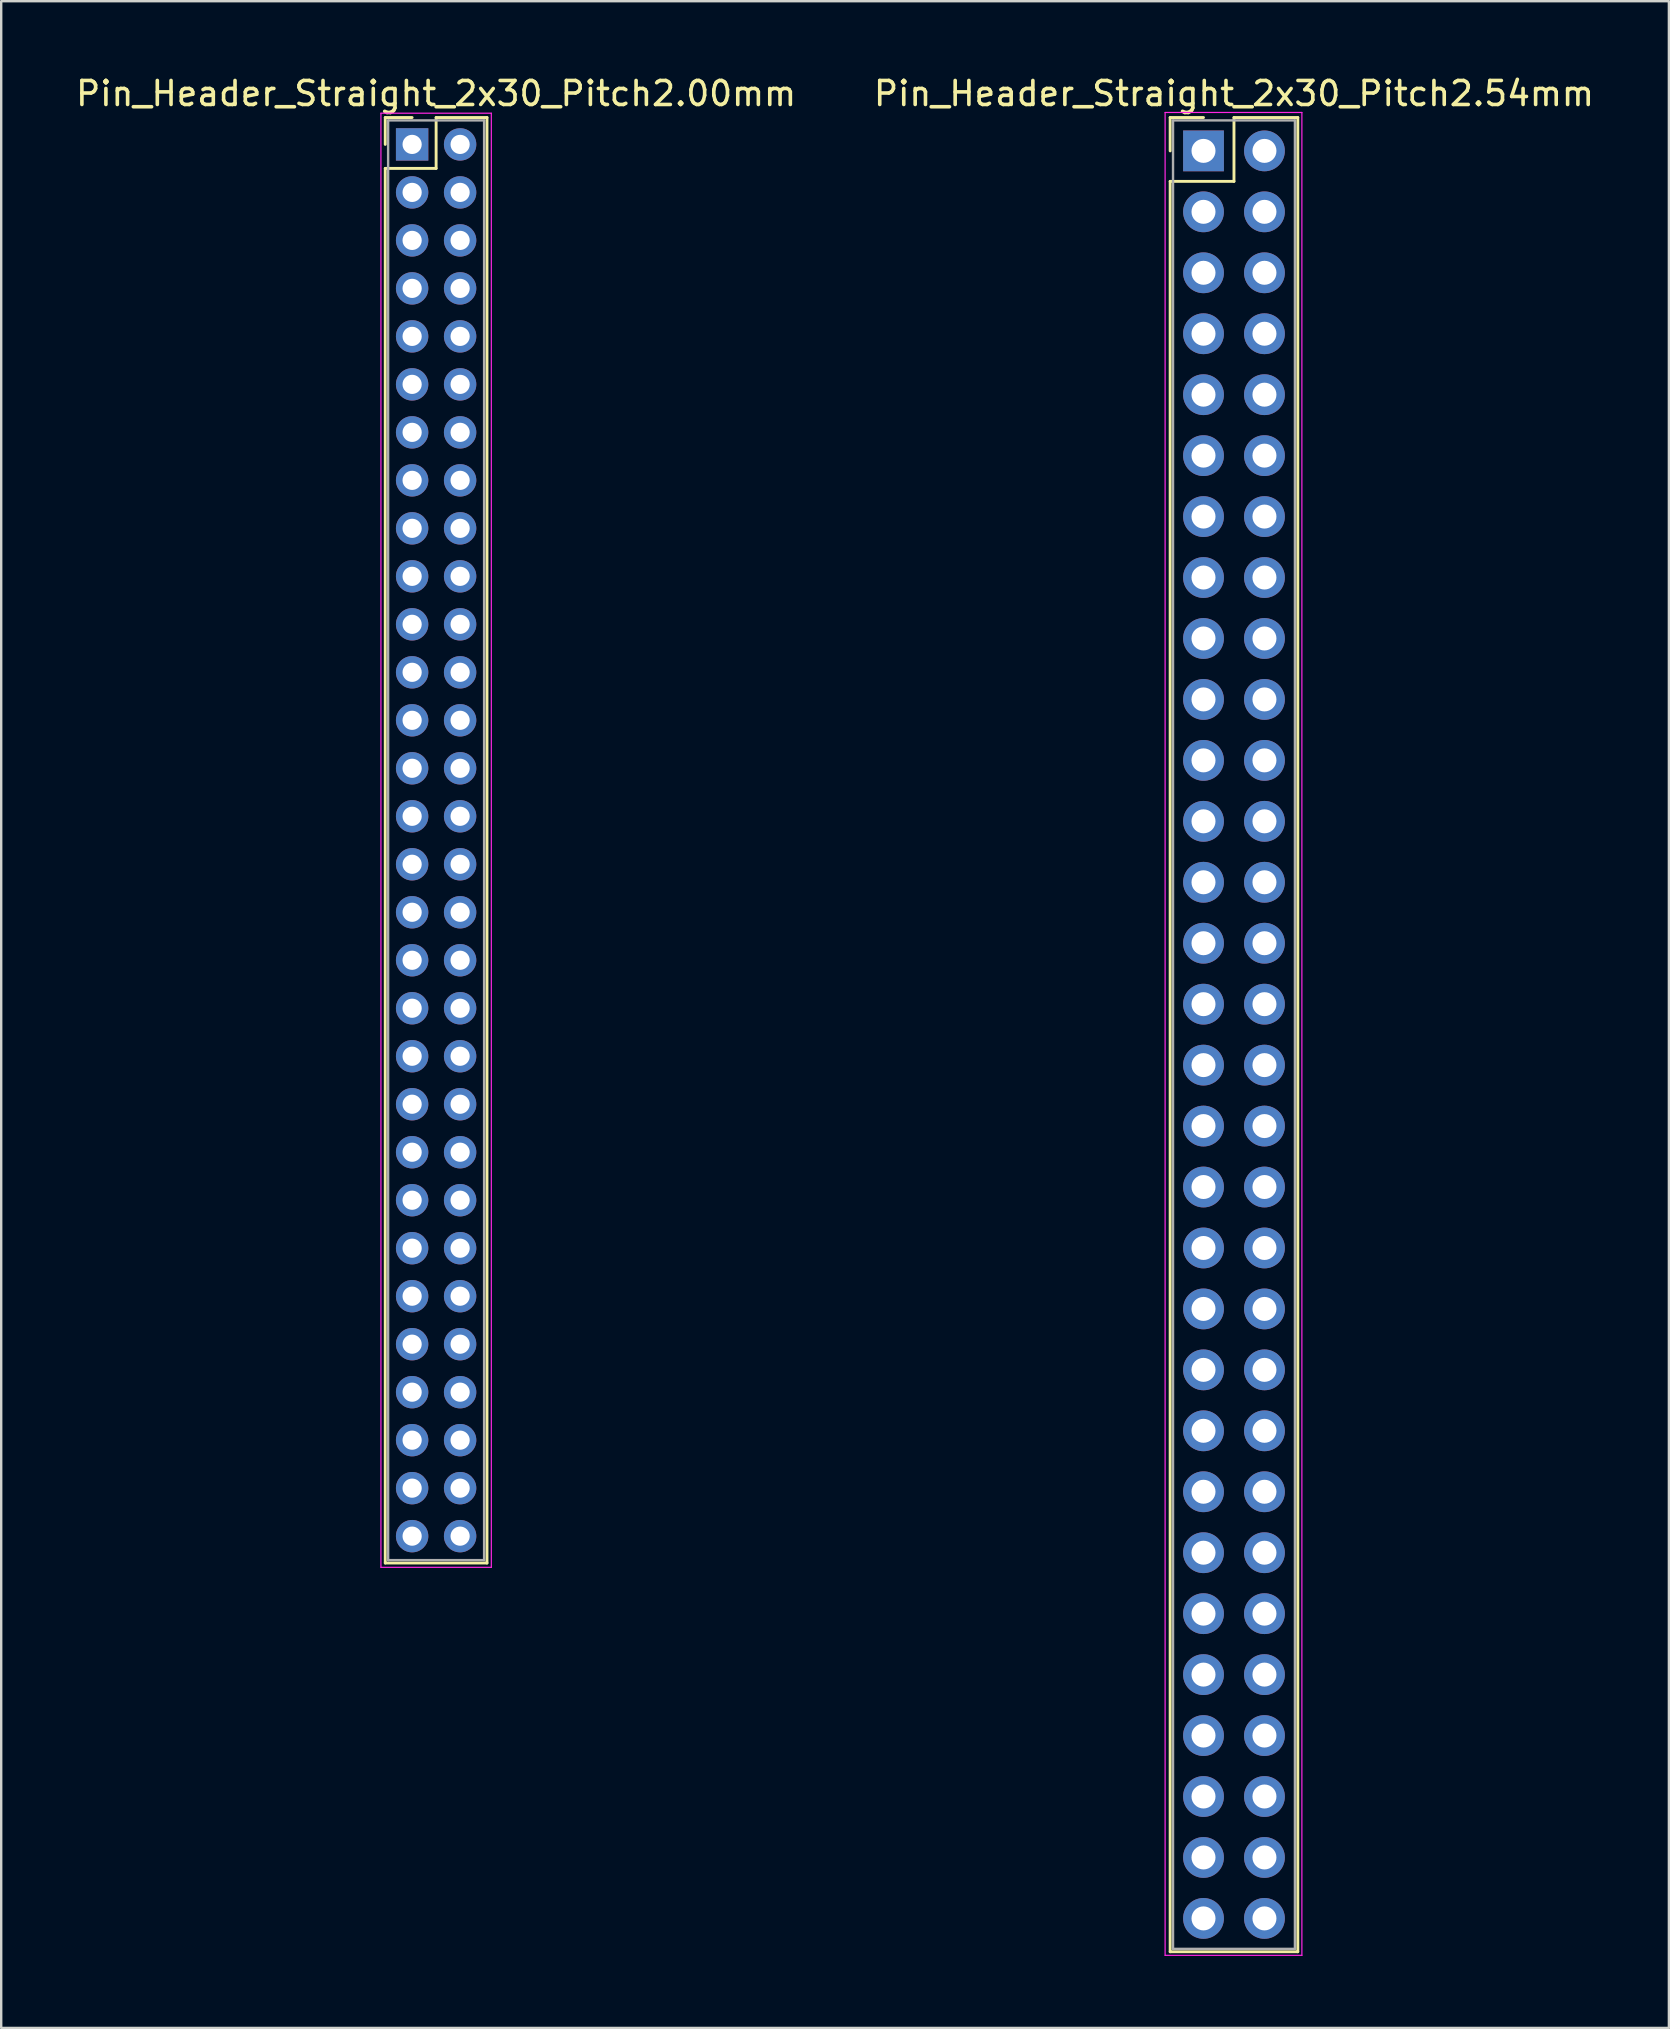
<source format=kicad_pcb>
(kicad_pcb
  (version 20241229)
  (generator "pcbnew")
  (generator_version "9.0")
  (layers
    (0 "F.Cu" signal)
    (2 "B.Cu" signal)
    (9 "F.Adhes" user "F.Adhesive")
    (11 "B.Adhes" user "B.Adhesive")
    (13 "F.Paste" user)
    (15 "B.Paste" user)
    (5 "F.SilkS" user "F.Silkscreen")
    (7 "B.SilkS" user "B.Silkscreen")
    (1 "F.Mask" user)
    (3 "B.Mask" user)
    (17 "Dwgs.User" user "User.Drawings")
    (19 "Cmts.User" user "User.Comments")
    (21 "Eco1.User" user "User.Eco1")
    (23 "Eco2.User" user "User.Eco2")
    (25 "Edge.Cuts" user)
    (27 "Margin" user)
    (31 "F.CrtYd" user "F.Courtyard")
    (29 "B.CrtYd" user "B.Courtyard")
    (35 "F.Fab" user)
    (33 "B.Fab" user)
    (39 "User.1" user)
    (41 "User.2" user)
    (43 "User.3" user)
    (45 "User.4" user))
  (footprint "Pin_Header_Straight_2x30_Pitch2.54mm"
    (layer "F.Cu")
    (at 47.105 3.238)
    (property "Reference" "Pin_Header_Straight_2x30_Pitch2.54mm" (at 1.27 -2.39 0) (layer "F.SilkS") (effects (font (size 1 1) (thickness 0.15))))
    (attr through_hole)
    (fp_line (start -1.39 -1.39) (end 0 -1.39) (stroke (width 0.12) (type solid)) (layer "F.SilkS"))
    (fp_line (start -1.39 0) (end -1.39 -1.39) (stroke (width 0.12) (type solid)) (layer "F.SilkS"))
    (fp_line (start -1.39 1.27) (end -1.39 75.05) (stroke (width 0.12) (type solid)) (layer "F.SilkS"))
    (fp_line (start -1.39 75.05) (end 3.93 75.05) (stroke (width 0.12) (type solid)) (layer "F.SilkS"))
    (fp_line (start 1.27 -1.39) (end 1.27 1.27) (stroke (width 0.12) (type solid)) (layer "F.SilkS"))
    (fp_line (start 1.27 1.27) (end -1.39 1.27) (stroke (width 0.12) (type solid)) (layer "F.SilkS"))
    (fp_line (start 3.93 -1.39) (end 1.27 -1.39) (stroke (width 0.12) (type solid)) (layer "F.SilkS"))
    (fp_line (start 3.93 75.05) (end 3.93 -1.39) (stroke (width 0.12) (type solid)) (layer "F.SilkS"))
    (fp_line (start -1.6 -1.6) (end -1.6 75.2) (stroke (width 0.05) (type solid)) (layer "F.CrtYd"))
    (fp_line (start -1.6 75.2) (end 4.1 75.2) (stroke (width 0.05) (type solid)) (layer "F.CrtYd"))
    (fp_line (start 4.1 -1.6) (end -1.6 -1.6) (stroke (width 0.05) (type solid)) (layer "F.CrtYd"))
    (fp_line (start 4.1 75.2) (end 4.1 -1.6) (stroke (width 0.05) (type solid)) (layer "F.CrtYd"))
    (fp_line (start -1.27 -1.27) (end -1.27 74.93) (stroke (width 0.1) (type solid)) (layer "F.Fab"))
    (fp_line (start -1.27 74.93) (end 3.81 74.93) (stroke (width 0.1) (type solid)) (layer "F.Fab"))
    (fp_line (start 3.81 -1.27) (end -1.27 -1.27) (stroke (width 0.1) (type solid)) (layer "F.Fab"))
    (fp_line (start 3.81 74.93) (end 3.81 -1.27) (stroke (width 0.1) (type solid)) (layer "F.Fab"))
    (pad "1" thru_hole rect (at 0 0) (size 1.7 1.7) (drill 1) (layers "*.Cu" "*.Mask"))
    (pad "2" thru_hole oval (at 2.54 0) (size 1.7 1.7) (drill 1) (layers "*.Cu" "*.Mask"))
    (pad "3" thru_hole oval (at 0 2.54) (size 1.7 1.7) (drill 1) (layers "*.Cu" "*.Mask"))
    (pad "4" thru_hole oval (at 2.54 2.54) (size 1.7 1.7) (drill 1) (layers "*.Cu" "*.Mask"))
    (pad "5" thru_hole oval (at 0 5.08) (size 1.7 1.7) (drill 1) (layers "*.Cu" "*.Mask"))
    (pad "6" thru_hole oval (at 2.54 5.08) (size 1.7 1.7) (drill 1) (layers "*.Cu" "*.Mask"))
    (pad "7" thru_hole oval (at 0 7.62) (size 1.7 1.7) (drill 1) (layers "*.Cu" "*.Mask"))
    (pad "8" thru_hole oval (at 2.54 7.62) (size 1.7 1.7) (drill 1) (layers "*.Cu" "*.Mask"))
    (pad "9" thru_hole oval (at 0 10.16) (size 1.7 1.7) (drill 1) (layers "*.Cu" "*.Mask"))
    (pad "10" thru_hole oval (at 2.54 10.16) (size 1.7 1.7) (drill 1) (layers "*.Cu" "*.Mask"))
    (pad "11" thru_hole oval (at 0 12.7) (size 1.7 1.7) (drill 1) (layers "*.Cu" "*.Mask"))
    (pad "12" thru_hole oval (at 2.54 12.7) (size 1.7 1.7) (drill 1) (layers "*.Cu" "*.Mask"))
    (pad "13" thru_hole oval (at 0 15.24) (size 1.7 1.7) (drill 1) (layers "*.Cu" "*.Mask"))
    (pad "14" thru_hole oval (at 2.54 15.24) (size 1.7 1.7) (drill 1) (layers "*.Cu" "*.Mask"))
    (pad "15" thru_hole oval (at 0 17.78) (size 1.7 1.7) (drill 1) (layers "*.Cu" "*.Mask"))
    (pad "16" thru_hole oval (at 2.54 17.78) (size 1.7 1.7) (drill 1) (layers "*.Cu" "*.Mask"))
    (pad "17" thru_hole oval (at 0 20.32) (size 1.7 1.7) (drill 1) (layers "*.Cu" "*.Mask"))
    (pad "18" thru_hole oval (at 2.54 20.32) (size 1.7 1.7) (drill 1) (layers "*.Cu" "*.Mask"))
    (pad "19" thru_hole oval (at 0 22.86) (size 1.7 1.7) (drill 1) (layers "*.Cu" "*.Mask"))
    (pad "20" thru_hole oval (at 2.54 22.86) (size 1.7 1.7) (drill 1) (layers "*.Cu" "*.Mask"))
    (pad "21" thru_hole oval (at 0 25.4) (size 1.7 1.7) (drill 1) (layers "*.Cu" "*.Mask"))
    (pad "22" thru_hole oval (at 2.54 25.4) (size 1.7 1.7) (drill 1) (layers "*.Cu" "*.Mask"))
    (pad "23" thru_hole oval (at 0 27.94) (size 1.7 1.7) (drill 1) (layers "*.Cu" "*.Mask"))
    (pad "24" thru_hole oval (at 2.54 27.94) (size 1.7 1.7) (drill 1) (layers "*.Cu" "*.Mask"))
    (pad "25" thru_hole oval (at 0 30.48) (size 1.7 1.7) (drill 1) (layers "*.Cu" "*.Mask"))
    (pad "26" thru_hole oval (at 2.54 30.48) (size 1.7 1.7) (drill 1) (layers "*.Cu" "*.Mask"))
    (pad "27" thru_hole oval (at 0 33.02) (size 1.7 1.7) (drill 1) (layers "*.Cu" "*.Mask"))
    (pad "28" thru_hole oval (at 2.54 33.02) (size 1.7 1.7) (drill 1) (layers "*.Cu" "*.Mask"))
    (pad "29" thru_hole oval (at 0 35.56) (size 1.7 1.7) (drill 1) (layers "*.Cu" "*.Mask"))
    (pad "30" thru_hole oval (at 2.54 35.56) (size 1.7 1.7) (drill 1) (layers "*.Cu" "*.Mask"))
    (pad "31" thru_hole oval (at 0 38.1) (size 1.7 1.7) (drill 1) (layers "*.Cu" "*.Mask"))
    (pad "32" thru_hole oval (at 2.54 38.1) (size 1.7 1.7) (drill 1) (layers "*.Cu" "*.Mask"))
    (pad "33" thru_hole oval (at 0 40.64) (size 1.7 1.7) (drill 1) (layers "*.Cu" "*.Mask"))
    (pad "34" thru_hole oval (at 2.54 40.64) (size 1.7 1.7) (drill 1) (layers "*.Cu" "*.Mask"))
    (pad "35" thru_hole oval (at 0 43.18) (size 1.7 1.7) (drill 1) (layers "*.Cu" "*.Mask"))
    (pad "36" thru_hole oval (at 2.54 43.18) (size 1.7 1.7) (drill 1) (layers "*.Cu" "*.Mask"))
    (pad "37" thru_hole oval (at 0 45.72) (size 1.7 1.7) (drill 1) (layers "*.Cu" "*.Mask"))
    (pad "38" thru_hole oval (at 2.54 45.72) (size 1.7 1.7) (drill 1) (layers "*.Cu" "*.Mask"))
    (pad "39" thru_hole oval (at 0 48.26) (size 1.7 1.7) (drill 1) (layers "*.Cu" "*.Mask"))
    (pad "40" thru_hole oval (at 2.54 48.26) (size 1.7 1.7) (drill 1) (layers "*.Cu" "*.Mask"))
    (pad "41" thru_hole oval (at 0 50.8) (size 1.7 1.7) (drill 1) (layers "*.Cu" "*.Mask"))
    (pad "42" thru_hole oval (at 2.54 50.8) (size 1.7 1.7) (drill 1) (layers "*.Cu" "*.Mask"))
    (pad "43" thru_hole oval (at 0 53.34) (size 1.7 1.7) (drill 1) (layers "*.Cu" "*.Mask"))
    (pad "44" thru_hole oval (at 2.54 53.34) (size 1.7 1.7) (drill 1) (layers "*.Cu" "*.Mask"))
    (pad "45" thru_hole oval (at 0 55.88) (size 1.7 1.7) (drill 1) (layers "*.Cu" "*.Mask"))
    (pad "46" thru_hole oval (at 2.54 55.88) (size 1.7 1.7) (drill 1) (layers "*.Cu" "*.Mask"))
    (pad "47" thru_hole oval (at 0 58.42) (size 1.7 1.7) (drill 1) (layers "*.Cu" "*.Mask"))
    (pad "48" thru_hole oval (at 2.54 58.42) (size 1.7 1.7) (drill 1) (layers "*.Cu" "*.Mask"))
    (pad "49" thru_hole oval (at 0 60.96) (size 1.7 1.7) (drill 1) (layers "*.Cu" "*.Mask"))
    (pad "50" thru_hole oval (at 2.54 60.96) (size 1.7 1.7) (drill 1) (layers "*.Cu" "*.Mask"))
    (pad "51" thru_hole oval (at 0 63.5) (size 1.7 1.7) (drill 1) (layers "*.Cu" "*.Mask"))
    (pad "52" thru_hole oval (at 2.54 63.5) (size 1.7 1.7) (drill 1) (layers "*.Cu" "*.Mask"))
    (pad "53" thru_hole oval (at 0 66.04) (size 1.7 1.7) (drill 1) (layers "*.Cu" "*.Mask"))
    (pad "54" thru_hole oval (at 2.54 66.04) (size 1.7 1.7) (drill 1) (layers "*.Cu" "*.Mask"))
    (pad "55" thru_hole oval (at 0 68.58) (size 1.7 1.7) (drill 1) (layers "*.Cu" "*.Mask"))
    (pad "56" thru_hole oval (at 2.54 68.58) (size 1.7 1.7) (drill 1) (layers "*.Cu" "*.Mask"))
    (pad "57" thru_hole oval (at 0 71.12) (size 1.7 1.7) (drill 1) (layers "*.Cu" "*.Mask"))
    (pad "58" thru_hole oval (at 2.54 71.12) (size 1.7 1.7) (drill 1) (layers "*.Cu" "*.Mask"))
    (pad "59" thru_hole oval (at 0 73.66) (size 1.7 1.7) (drill 1) (layers "*.Cu" "*.Mask"))
    (pad "60" thru_hole oval (at 2.54 73.66) (size 1.7 1.7) (drill 1) (layers "*.Cu" "*.Mask")))
  (footprint "Pin_Header_Straight_2x30_Pitch2.00mm"
    (layer "F.Cu")
    (at 14.125 2.968)
    (property "Reference" "Pin_Header_Straight_2x30_Pitch2.00mm" (at 1 -2.12 0) (layer "F.SilkS") (effects (font (size 1 1) (thickness 0.15))))
    (attr through_hole)
    (fp_line (start -1.12 -1.12) (end 0 -1.12) (stroke (width 0.12) (type solid)) (layer "F.SilkS"))
    (fp_line (start -1.12 0) (end -1.12 -1.12) (stroke (width 0.12) (type solid)) (layer "F.SilkS"))
    (fp_line (start -1.12 1) (end -1.12 59.12) (stroke (width 0.12) (type solid)) (layer "F.SilkS"))
    (fp_line (start -1.12 59.12) (end 3.12 59.12) (stroke (width 0.12) (type solid)) (layer "F.SilkS"))
    (fp_line (start 1 -1.12) (end 1 1) (stroke (width 0.12) (type solid)) (layer "F.SilkS"))
    (fp_line (start 1 1) (end -1.12 1) (stroke (width 0.12) (type solid)) (layer "F.SilkS"))
    (fp_line (start 3.12 -1.12) (end 1 -1.12) (stroke (width 0.12) (type solid)) (layer "F.SilkS"))
    (fp_line (start 3.12 59.12) (end 3.12 -1.12) (stroke (width 0.12) (type solid)) (layer "F.SilkS"))
    (fp_line (start -1.3 -1.3) (end -1.3 59.3) (stroke (width 0.05) (type solid)) (layer "F.CrtYd"))
    (fp_line (start -1.3 59.3) (end 3.3 59.3) (stroke (width 0.05) (type solid)) (layer "F.CrtYd"))
    (fp_line (start 3.3 -1.3) (end -1.3 -1.3) (stroke (width 0.05) (type solid)) (layer "F.CrtYd"))
    (fp_line (start 3.3 59.3) (end 3.3 -1.3) (stroke (width 0.05) (type solid)) (layer "F.CrtYd"))
    (fp_line (start -1 -1) (end -1 59) (stroke (width 0.1) (type solid)) (layer "F.Fab"))
    (fp_line (start -1 59) (end 3 59) (stroke (width 0.1) (type solid)) (layer "F.Fab"))
    (fp_line (start 3 -1) (end -1 -1) (stroke (width 0.1) (type solid)) (layer "F.Fab"))
    (fp_line (start 3 59) (end 3 -1) (stroke (width 0.1) (type solid)) (layer "F.Fab"))
    (pad "1" thru_hole rect (at 0 0) (size 1.35 1.35) (drill 0.8) (layers "*.Cu" "*.Mask"))
    (pad "2" thru_hole oval (at 2 0) (size 1.35 1.35) (drill 0.8) (layers "*.Cu" "*.Mask"))
    (pad "3" thru_hole oval (at 0 2) (size 1.35 1.35) (drill 0.8) (layers "*.Cu" "*.Mask"))
    (pad "4" thru_hole oval (at 2 2) (size 1.35 1.35) (drill 0.8) (layers "*.Cu" "*.Mask"))
    (pad "5" thru_hole oval (at 0 4) (size 1.35 1.35) (drill 0.8) (layers "*.Cu" "*.Mask"))
    (pad "6" thru_hole oval (at 2 4) (size 1.35 1.35) (drill 0.8) (layers "*.Cu" "*.Mask"))
    (pad "7" thru_hole oval (at 0 6) (size 1.35 1.35) (drill 0.8) (layers "*.Cu" "*.Mask"))
    (pad "8" thru_hole oval (at 2 6) (size 1.35 1.35) (drill 0.8) (layers "*.Cu" "*.Mask"))
    (pad "9" thru_hole oval (at 0 8) (size 1.35 1.35) (drill 0.8) (layers "*.Cu" "*.Mask"))
    (pad "10" thru_hole oval (at 2 8) (size 1.35 1.35) (drill 0.8) (layers "*.Cu" "*.Mask"))
    (pad "11" thru_hole oval (at 0 10) (size 1.35 1.35) (drill 0.8) (layers "*.Cu" "*.Mask"))
    (pad "12" thru_hole oval (at 2 10) (size 1.35 1.35) (drill 0.8) (layers "*.Cu" "*.Mask"))
    (pad "13" thru_hole oval (at 0 12) (size 1.35 1.35) (drill 0.8) (layers "*.Cu" "*.Mask"))
    (pad "14" thru_hole oval (at 2 12) (size 1.35 1.35) (drill 0.8) (layers "*.Cu" "*.Mask"))
    (pad "15" thru_hole oval (at 0 14) (size 1.35 1.35) (drill 0.8) (layers "*.Cu" "*.Mask"))
    (pad "16" thru_hole oval (at 2 14) (size 1.35 1.35) (drill 0.8) (layers "*.Cu" "*.Mask"))
    (pad "17" thru_hole oval (at 0 16) (size 1.35 1.35) (drill 0.8) (layers "*.Cu" "*.Mask"))
    (pad "18" thru_hole oval (at 2 16) (size 1.35 1.35) (drill 0.8) (layers "*.Cu" "*.Mask"))
    (pad "19" thru_hole oval (at 0 18) (size 1.35 1.35) (drill 0.8) (layers "*.Cu" "*.Mask"))
    (pad "20" thru_hole oval (at 2 18) (size 1.35 1.35) (drill 0.8) (layers "*.Cu" "*.Mask"))
    (pad "21" thru_hole oval (at 0 20) (size 1.35 1.35) (drill 0.8) (layers "*.Cu" "*.Mask"))
    (pad "22" thru_hole oval (at 2 20) (size 1.35 1.35) (drill 0.8) (layers "*.Cu" "*.Mask"))
    (pad "23" thru_hole oval (at 0 22) (size 1.35 1.35) (drill 0.8) (layers "*.Cu" "*.Mask"))
    (pad "24" thru_hole oval (at 2 22) (size 1.35 1.35) (drill 0.8) (layers "*.Cu" "*.Mask"))
    (pad "25" thru_hole oval (at 0 24) (size 1.35 1.35) (drill 0.8) (layers "*.Cu" "*.Mask"))
    (pad "26" thru_hole oval (at 2 24) (size 1.35 1.35) (drill 0.8) (layers "*.Cu" "*.Mask"))
    (pad "27" thru_hole oval (at 0 26) (size 1.35 1.35) (drill 0.8) (layers "*.Cu" "*.Mask"))
    (pad "28" thru_hole oval (at 2 26) (size 1.35 1.35) (drill 0.8) (layers "*.Cu" "*.Mask"))
    (pad "29" thru_hole oval (at 0 28) (size 1.35 1.35) (drill 0.8) (layers "*.Cu" "*.Mask"))
    (pad "30" thru_hole oval (at 2 28) (size 1.35 1.35) (drill 0.8) (layers "*.Cu" "*.Mask"))
    (pad "31" thru_hole oval (at 0 30) (size 1.35 1.35) (drill 0.8) (layers "*.Cu" "*.Mask"))
    (pad "32" thru_hole oval (at 2 30) (size 1.35 1.35) (drill 0.8) (layers "*.Cu" "*.Mask"))
    (pad "33" thru_hole oval (at 0 32) (size 1.35 1.35) (drill 0.8) (layers "*.Cu" "*.Mask"))
    (pad "34" thru_hole oval (at 2 32) (size 1.35 1.35) (drill 0.8) (layers "*.Cu" "*.Mask"))
    (pad "35" thru_hole oval (at 0 34) (size 1.35 1.35) (drill 0.8) (layers "*.Cu" "*.Mask"))
    (pad "36" thru_hole oval (at 2 34) (size 1.35 1.35) (drill 0.8) (layers "*.Cu" "*.Mask"))
    (pad "37" thru_hole oval (at 0 36) (size 1.35 1.35) (drill 0.8) (layers "*.Cu" "*.Mask"))
    (pad "38" thru_hole oval (at 2 36) (size 1.35 1.35) (drill 0.8) (layers "*.Cu" "*.Mask"))
    (pad "39" thru_hole oval (at 0 38) (size 1.35 1.35) (drill 0.8) (layers "*.Cu" "*.Mask"))
    (pad "40" thru_hole oval (at 2 38) (size 1.35 1.35) (drill 0.8) (layers "*.Cu" "*.Mask"))
    (pad "41" thru_hole oval (at 0 40) (size 1.35 1.35) (drill 0.8) (layers "*.Cu" "*.Mask"))
    (pad "42" thru_hole oval (at 2 40) (size 1.35 1.35) (drill 0.8) (layers "*.Cu" "*.Mask"))
    (pad "43" thru_hole oval (at 0 42) (size 1.35 1.35) (drill 0.8) (layers "*.Cu" "*.Mask"))
    (pad "44" thru_hole oval (at 2 42) (size 1.35 1.35) (drill 0.8) (layers "*.Cu" "*.Mask"))
    (pad "45" thru_hole oval (at 0 44) (size 1.35 1.35) (drill 0.8) (layers "*.Cu" "*.Mask"))
    (pad "46" thru_hole oval (at 2 44) (size 1.35 1.35) (drill 0.8) (layers "*.Cu" "*.Mask"))
    (pad "47" thru_hole oval (at 0 46) (size 1.35 1.35) (drill 0.8) (layers "*.Cu" "*.Mask"))
    (pad "48" thru_hole oval (at 2 46) (size 1.35 1.35) (drill 0.8) (layers "*.Cu" "*.Mask"))
    (pad "49" thru_hole oval (at 0 48) (size 1.35 1.35) (drill 0.8) (layers "*.Cu" "*.Mask"))
    (pad "50" thru_hole oval (at 2 48) (size 1.35 1.35) (drill 0.8) (layers "*.Cu" "*.Mask"))
    (pad "51" thru_hole oval (at 0 50) (size 1.35 1.35) (drill 0.8) (layers "*.Cu" "*.Mask"))
    (pad "52" thru_hole oval (at 2 50) (size 1.35 1.35) (drill 0.8) (layers "*.Cu" "*.Mask"))
    (pad "53" thru_hole oval (at 0 52) (size 1.35 1.35) (drill 0.8) (layers "*.Cu" "*.Mask"))
    (pad "54" thru_hole oval (at 2 52) (size 1.35 1.35) (drill 0.8) (layers "*.Cu" "*.Mask"))
    (pad "55" thru_hole oval (at 0 54) (size 1.35 1.35) (drill 0.8) (layers "*.Cu" "*.Mask"))
    (pad "56" thru_hole oval (at 2 54) (size 1.35 1.35) (drill 0.8) (layers "*.Cu" "*.Mask"))
    (pad "57" thru_hole oval (at 0 56) (size 1.35 1.35) (drill 0.8) (layers "*.Cu" "*.Mask"))
    (pad "58" thru_hole oval (at 2 56) (size 1.35 1.35) (drill 0.8) (layers "*.Cu" "*.Mask"))
    (pad "59" thru_hole oval (at 0 58) (size 1.35 1.35) (drill 0.8) (layers "*.Cu" "*.Mask"))
    (pad "60" thru_hole oval (at 2 58) (size 1.35 1.35) (drill 0.8) (layers "*.Cu" "*.Mask")))
  (gr_rect
    (start -3 -3)
    (end 66.5 81.463)
    (stroke (width 0.1) (type default))
    (fill no)
    (layer "Edge.Cuts")))
</source>
